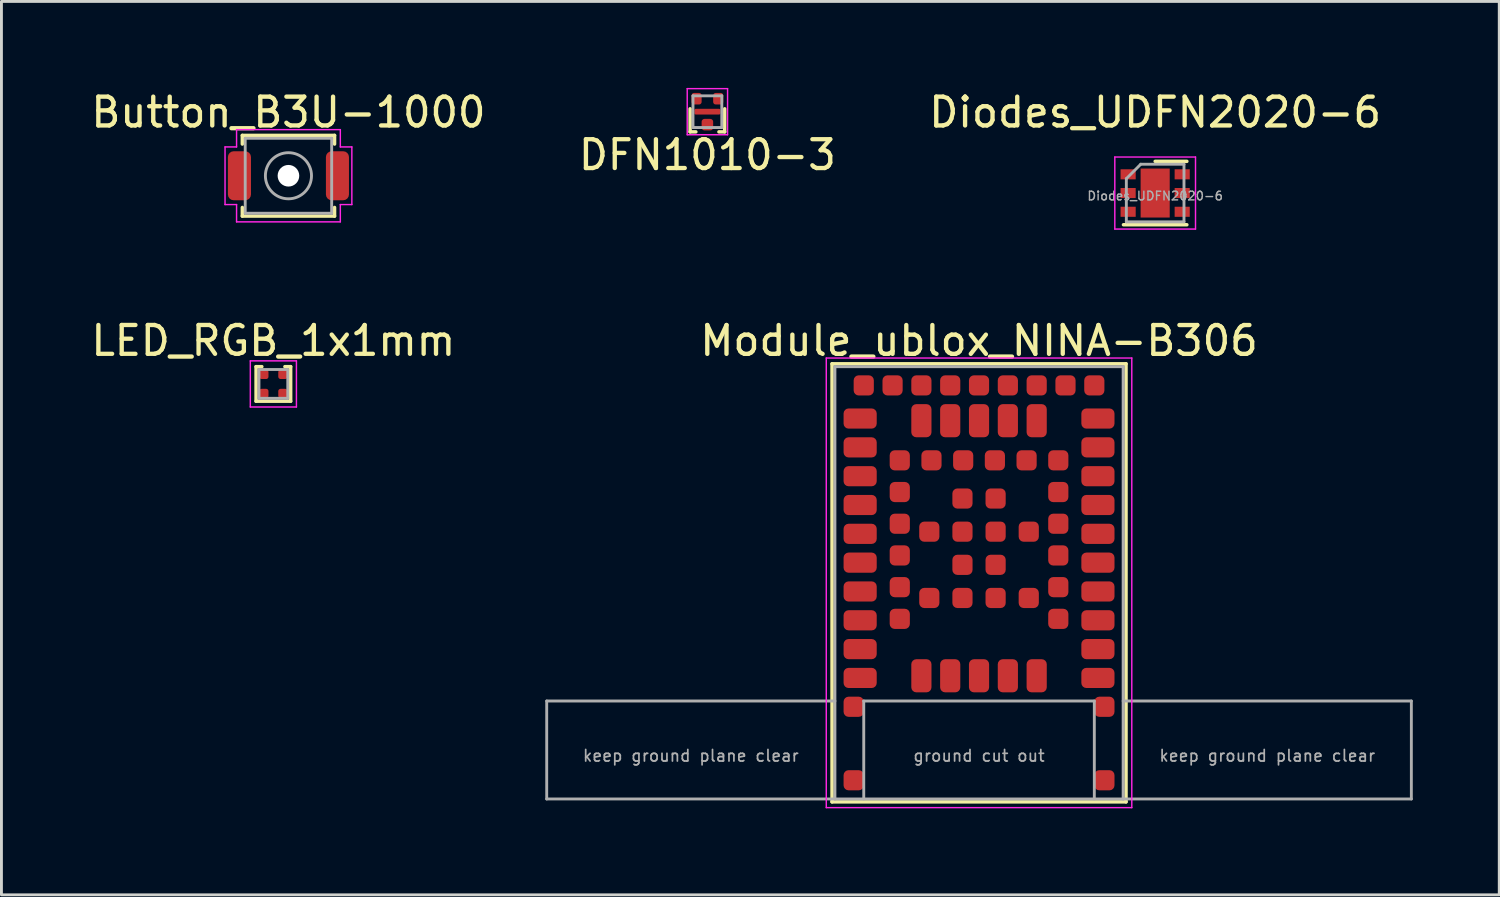
<source format=kicad_pcb>
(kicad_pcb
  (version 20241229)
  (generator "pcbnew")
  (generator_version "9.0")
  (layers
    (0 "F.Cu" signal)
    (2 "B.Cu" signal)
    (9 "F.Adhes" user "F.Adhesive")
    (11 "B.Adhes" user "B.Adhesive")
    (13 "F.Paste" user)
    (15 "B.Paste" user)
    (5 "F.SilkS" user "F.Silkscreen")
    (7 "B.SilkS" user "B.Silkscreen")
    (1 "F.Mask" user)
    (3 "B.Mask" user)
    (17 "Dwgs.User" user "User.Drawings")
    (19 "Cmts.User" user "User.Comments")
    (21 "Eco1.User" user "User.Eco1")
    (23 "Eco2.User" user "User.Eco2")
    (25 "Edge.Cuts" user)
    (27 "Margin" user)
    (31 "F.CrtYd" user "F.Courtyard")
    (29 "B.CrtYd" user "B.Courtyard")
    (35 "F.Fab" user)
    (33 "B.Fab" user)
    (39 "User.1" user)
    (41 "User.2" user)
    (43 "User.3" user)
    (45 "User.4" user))
  (footprint "DFN1010-3"
    (layer "F.Cu")
    (at 21.494 0.825)
    (property "Reference" "DFN1010-3" (at 0 1.5 0) (layer "F.SilkS") (effects (font (size 1 1) (thickness 0.15))))
    (attr through_hole)
    (fp_line (start -0.6 -0.1) (end -0.6 0.7) (stroke (width 0.12) (type solid)) (layer "F.SilkS"))
    (fp_line (start -0.6 0.7) (end -0.4 0.7) (stroke (width 0.12) (type solid)) (layer "F.SilkS"))
    (fp_line (start 0.4 0.7) (end 0.6 0.7) (stroke (width 0.12) (type solid)) (layer "F.SilkS"))
    (fp_line (start 0.6 0.7) (end 0.6 -0.1) (stroke (width 0.12) (type solid)) (layer "F.SilkS"))
    (fp_line (start -0.7 -0.8) (end -0.7 0.8) (stroke (width 0.05) (type solid)) (layer "F.CrtYd"))
    (fp_line (start -0.7 0.8) (end 0.7 0.8) (stroke (width 0.05) (type solid)) (layer "F.CrtYd"))
    (fp_line (start 0.7 -0.8) (end -0.7 -0.8) (stroke (width 0.05) (type solid)) (layer "F.CrtYd"))
    (fp_line (start 0.7 0.8) (end 0.7 -0.8) (stroke (width 0.05) (type solid)) (layer "F.CrtYd"))
    (fp_line (start -0.5 -0.55) (end 0.5 -0.55) (stroke (width 0.1) (type solid)) (layer "F.Fab"))
    (fp_line (start -0.5 0.55) (end -0.5 -0.55) (stroke (width 0.1) (type solid)) (layer "F.Fab"))
    (fp_line (start 0.5 -0.55) (end 0.5 0.55) (stroke (width 0.1) (type solid)) (layer "F.Fab"))
    (fp_line (start 0.5 0.55) (end -0.5 0.55) (stroke (width 0.1) (type solid)) (layer "F.Fab"))
    (pad "1" smd roundrect (at 0.375 -0.45) (size 0.35 0.4) (layers "F.Cu" "F.Mask" "F.Paste") (roundrect_rratio 0.25))
    (pad "2" smd roundrect (at -0.375 -0.45) (size 0.35 0.4) (layers "F.Cu" "F.Mask" "F.Paste") (roundrect_rratio 0.25))
    (pad "3" smd roundrect (at 0 0) (size 0.9 0.2) (layers "F.Cu" "F.Mask" "F.Paste") (roundrect_rratio 0.25))
    (pad "3" smd roundrect (at 0 0.45) (size 0.4 0.4) (layers "F.Cu" "F.Mask" "F.Paste") (roundrect_rratio 0.25)))
  (footprint "Module_ublox_NINA-B306"
    (layer "F.Cu")
    (at 30.919 17.172)
    (property "Reference" "Module_ublox_NINA-B306" (at 0 -8.4 0) (layer "F.SilkS") (effects (font (size 1 1) (thickness 0.15))))
    (attr through_hole)
    (fp_line (start -5.1 -7.6) (end 5.1 -7.6) (stroke (width 0.12) (type solid)) (layer "F.SilkS"))
    (fp_line (start -5.1 7.6) (end -5.1 -7.6) (stroke (width 0.12) (type solid)) (layer "F.SilkS"))
    (fp_line (start 5.1 -7.6) (end 5.1 7.6) (stroke (width 0.12) (type solid)) (layer "F.SilkS"))
    (fp_line (start 5.1 7.6) (end -5.1 7.6) (stroke (width 0.12) (type solid)) (layer "F.SilkS"))
    (fp_line (start -5.3 -7.8) (end -5.3 7.8) (stroke (width 0.05) (type solid)) (layer "F.CrtYd"))
    (fp_line (start -5.3 7.8) (end 5.3 7.8) (stroke (width 0.05) (type solid)) (layer "F.CrtYd"))
    (fp_line (start 5.3 -7.8) (end -5.3 -7.8) (stroke (width 0.05) (type solid)) (layer "F.CrtYd"))
    (fp_line (start 5.3 7.8) (end 5.3 -7.8) (stroke (width 0.05) (type solid)) (layer "F.CrtYd"))
    (fp_line (start -15 4.1) (end -15 7.5) (stroke (width 0.1) (type solid)) (layer "F.Fab"))
    (fp_line (start -15 7.5) (end -5 7.5) (stroke (width 0.1) (type solid)) (layer "F.Fab"))
    (fp_line (start -5 -7.5) (end 5 -7.5) (stroke (width 0.1) (type solid)) (layer "F.Fab"))
    (fp_line (start -5 4.1) (end -15 4.1) (stroke (width 0.1) (type solid)) (layer "F.Fab"))
    (fp_line (start -5 7.5) (end -5 -7.5) (stroke (width 0.1) (type solid)) (layer "F.Fab"))
    (fp_line (start -4 4.1) (end 4 4.1) (stroke (width 0.1) (type solid)) (layer "F.Fab"))
    (fp_line (start -4 7.5) (end -4 4.1) (stroke (width 0.1) (type solid)) (layer "F.Fab"))
    (fp_line (start 4 4.1) (end 4 7.5) (stroke (width 0.1) (type solid)) (layer "F.Fab"))
    (fp_line (start 5 -7.5) (end 5 7.5) (stroke (width 0.1) (type solid)) (layer "F.Fab"))
    (fp_line (start 5 7.5) (end -5 7.5) (stroke (width 0.1) (type solid)) (layer "F.Fab"))
    (fp_line (start 5 7.5) (end 15 7.5) (stroke (width 0.1) (type solid)) (layer "F.Fab"))
    (fp_line (start 15 4.1) (end 5 4.1) (stroke (width 0.1) (type solid)) (layer "F.Fab"))
    (fp_line (start 15 7.5) (end 15 4.1) (stroke (width 0.1) (type solid)) (layer "F.Fab"))
    (fp_text user "keep ground plane clear" (at -10 6 0) (layer "F.Fab") (effects (font (size 0.4 0.4) (thickness 0.06))))
    (fp_text user "keep ground plane clear" (at 10 6 0) (layer "F.Fab") (effects (font (size 0.4 0.4) (thickness 0.06))))
    (fp_text user "ground cut out" (at 0 6 0) (layer "F.Fab") (effects (font (size 0.4 0.4) (thickness 0.06))))
    (pad "1" smd roundrect (at -4.125 -5.7) (size 1.15 0.7) (layers "F.Cu" "F.Mask" "F.Paste") (roundrect_rratio 0.25))
    (pad "2" smd roundrect (at -4.125 -4.7) (size 1.15 0.7) (layers "F.Cu" "F.Mask" "F.Paste") (roundrect_rratio 0.25))
    (pad "3" smd roundrect (at -4.125 -3.7) (size 1.15 0.7) (layers "F.Cu" "F.Mask" "F.Paste") (roundrect_rratio 0.25))
    (pad "4" smd roundrect (at -4.125 -2.7) (size 1.15 0.7) (layers "F.Cu" "F.Mask" "F.Paste") (roundrect_rratio 0.25))
    (pad "5" smd roundrect (at -4.125 -1.7) (size 1.15 0.7) (layers "F.Cu" "F.Mask" "F.Paste") (roundrect_rratio 0.25))
    (pad "6" smd roundrect (at -4.125 -0.7) (size 1.15 0.7) (layers "F.Cu" "F.Mask" "F.Paste") (roundrect_rratio 0.25))
    (pad "7" smd roundrect (at -4.125 0.3) (size 1.15 0.7) (layers "F.Cu" "F.Mask" "F.Paste") (roundrect_rratio 0.25))
    (pad "8" smd roundrect (at -4.125 1.3) (size 1.15 0.7) (layers "F.Cu" "F.Mask" "F.Paste") (roundrect_rratio 0.25))
    (pad "9" smd roundrect (at -4.125 2.3) (size 1.15 0.7) (layers "F.Cu" "F.Mask" "F.Paste") (roundrect_rratio 0.25))
    (pad "10" smd roundrect (at -4.125 3.3) (size 1.15 0.7) (layers "F.Cu" "F.Mask" "F.Paste") (roundrect_rratio 0.25))
    (pad "11" smd roundrect (at -2 3.225 90) (size 1.15 0.7) (layers "F.Cu" "F.Mask" "F.Paste") (roundrect_rratio 0.25))
    (pad "12" smd roundrect (at -1 3.225 90) (size 1.15 0.7) (layers "F.Cu" "F.Mask" "F.Paste") (roundrect_rratio 0.25))
    (pad "13" smd roundrect (at 0 3.225 90) (size 1.15 0.7) (layers "F.Cu" "F.Mask" "F.Paste") (roundrect_rratio 0.25))
    (pad "14" smd roundrect (at 1 3.225 90) (size 1.15 0.7) (layers "F.Cu" "F.Mask" "F.Paste") (roundrect_rratio 0.25))
    (pad "15" smd roundrect (at 2 3.225 90) (size 1.15 0.7) (layers "F.Cu" "F.Mask" "F.Paste") (roundrect_rratio 0.25))
    (pad "16" smd roundrect (at 4.125 3.3) (size 1.15 0.7) (layers "F.Cu" "F.Mask" "F.Paste") (roundrect_rratio 0.25))
    (pad "17" smd roundrect (at 4.125 2.3) (size 1.15 0.7) (layers "F.Cu" "F.Mask" "F.Paste") (roundrect_rratio 0.25))
    (pad "18" smd roundrect (at 4.125 1.3) (size 1.15 0.7) (layers "F.Cu" "F.Mask" "F.Paste") (roundrect_rratio 0.25))
    (pad "19" smd roundrect (at 4.125 0.3) (size 1.15 0.7) (layers "F.Cu" "F.Mask" "F.Paste") (roundrect_rratio 0.25))
    (pad "20" smd roundrect (at 4.125 -0.7) (size 1.15 0.7) (layers "F.Cu" "F.Mask" "F.Paste") (roundrect_rratio 0.25))
    (pad "21" smd roundrect (at 4.125 -1.7) (size 1.15 0.7) (layers "F.Cu" "F.Mask" "F.Paste") (roundrect_rratio 0.25))
    (pad "22" smd roundrect (at 4.125 -2.7) (size 1.15 0.7) (layers "F.Cu" "F.Mask" "F.Paste") (roundrect_rratio 0.25))
    (pad "23" smd roundrect (at 4.125 -3.7) (size 1.15 0.7) (layers "F.Cu" "F.Mask" "F.Paste") (roundrect_rratio 0.25))
    (pad "24" smd roundrect (at 4.125 -4.7) (size 1.15 0.7) (layers "F.Cu" "F.Mask" "F.Paste") (roundrect_rratio 0.25))
    (pad "25" smd roundrect (at 4.125 -5.7) (size 1.15 0.7) (layers "F.Cu" "F.Mask" "F.Paste") (roundrect_rratio 0.25))
    (pad "26" smd roundrect (at 2 -5.625 90) (size 1.15 0.7) (layers "F.Cu" "F.Mask" "F.Paste") (roundrect_rratio 0.25))
    (pad "27" smd roundrect (at 1 -5.625 90) (size 1.15 0.7) (layers "F.Cu" "F.Mask" "F.Paste") (roundrect_rratio 0.25))
    (pad "28" smd roundrect (at 0 -5.625 90) (size 1.15 0.7) (layers "F.Cu" "F.Mask" "F.Paste") (roundrect_rratio 0.25))
    (pad "29" smd roundrect (at -1 -5.625 90) (size 1.15 0.7) (layers "F.Cu" "F.Mask" "F.Paste") (roundrect_rratio 0.25))
    (pad "30" smd roundrect (at -2 -5.625 90) (size 1.15 0.7) (layers "F.Cu" "F.Mask" "F.Paste") (roundrect_rratio 0.25))
    (pad "31" smd roundrect (at -2.75 -4.25) (size 0.7 0.7) (layers "F.Cu" "F.Mask" "F.Paste") (roundrect_rratio 0.25))
    (pad "32" smd roundrect (at -2.75 -3.15) (size 0.7 0.7) (layers "F.Cu" "F.Mask" "F.Paste") (roundrect_rratio 0.25))
    (pad "33" smd roundrect (at -2.75 -2.05) (size 0.7 0.7) (layers "F.Cu" "F.Mask" "F.Paste") (roundrect_rratio 0.25))
    (pad "34" smd roundrect (at -2.75 -0.95) (size 0.7 0.7) (layers "F.Cu" "F.Mask" "F.Paste") (roundrect_rratio 0.25))
    (pad "35" smd roundrect (at -2.75 0.15) (size 0.7 0.7) (layers "F.Cu" "F.Mask" "F.Paste") (roundrect_rratio 0.25))
    (pad "36" smd roundrect (at -2.75 1.25) (size 0.7 0.7) (layers "F.Cu" "F.Mask" "F.Paste") (roundrect_rratio 0.25))
    (pad "37" smd roundrect (at 2.75 1.25) (size 0.7 0.7) (layers "F.Cu" "F.Mask" "F.Paste") (roundrect_rratio 0.25))
    (pad "38" smd roundrect (at 2.75 0.15) (size 0.7 0.7) (layers "F.Cu" "F.Mask" "F.Paste") (roundrect_rratio 0.25))
    (pad "39" smd roundrect (at 2.75 -0.95) (size 0.7 0.7) (layers "F.Cu" "F.Mask" "F.Paste") (roundrect_rratio 0.25))
    (pad "40" smd roundrect (at 2.75 -2.05) (size 0.7 0.7) (layers "F.Cu" "F.Mask" "F.Paste") (roundrect_rratio 0.25))
    (pad "41" smd roundrect (at 2.75 -3.15) (size 0.7 0.7) (layers "F.Cu" "F.Mask" "F.Paste") (roundrect_rratio 0.25))
    (pad "42" smd roundrect (at 2.75 -4.25) (size 0.7 0.7) (layers "F.Cu" "F.Mask" "F.Paste") (roundrect_rratio 0.25))
    (pad "43" smd roundrect (at 1.65 -4.25) (size 0.7 0.7) (layers "F.Cu" "F.Mask" "F.Paste") (roundrect_rratio 0.25))
    (pad "44" smd roundrect (at 0.55 -4.25) (size 0.7 0.7) (layers "F.Cu" "F.Mask" "F.Paste") (roundrect_rratio 0.25))
    (pad "45" smd roundrect (at -0.55 -4.25) (size 0.7 0.7) (layers "F.Cu" "F.Mask" "F.Paste") (roundrect_rratio 0.25))
    (pad "46" smd roundrect (at -1.65 -4.25) (size 0.7 0.7) (layers "F.Cu" "F.Mask" "F.Paste") (roundrect_rratio 0.25))
    (pad "47" smd roundrect (at 4 -6.85) (size 0.7 0.7) (layers "F.Cu" "F.Mask" "F.Paste") (roundrect_rratio 0.25))
    (pad "48" smd roundrect (at 3 -6.85) (size 0.7 0.7) (layers "F.Cu" "F.Mask" "F.Paste") (roundrect_rratio 0.25))
    (pad "49" smd roundrect (at 2 -6.85) (size 0.7 0.7) (layers "F.Cu" "F.Mask" "F.Paste") (roundrect_rratio 0.25))
    (pad "50" smd roundrect (at 1 -6.85) (size 0.7 0.7) (layers "F.Cu" "F.Mask" "F.Paste") (roundrect_rratio 0.25))
    (pad "51" smd roundrect (at 0 -6.85) (size 0.7 0.7) (layers "F.Cu" "F.Mask" "F.Paste") (roundrect_rratio 0.25))
    (pad "52" smd roundrect (at -1 -6.85) (size 0.7 0.7) (layers "F.Cu" "F.Mask" "F.Paste") (roundrect_rratio 0.25))
    (pad "53" smd roundrect (at -2 -6.85) (size 0.7 0.7) (layers "F.Cu" "F.Mask" "F.Paste") (roundrect_rratio 0.25))
    (pad "54" smd roundrect (at -3 -6.85) (size 0.7 0.7) (layers "F.Cu" "F.Mask" "F.Paste") (roundrect_rratio 0.25))
    (pad "55" smd roundrect (at -4 -6.85) (size 0.7 0.7) (layers "F.Cu" "F.Mask" "F.Paste") (roundrect_rratio 0.25))
    (pad "EAGP" smd roundrect (at -4.35 4.3) (size 0.7 0.7) (layers "F.Cu" "F.Mask" "F.Paste") (roundrect_rratio 0.25))
    (pad "EAGP" smd roundrect (at -4.35 6.85) (size 0.7 0.7) (layers "F.Cu" "F.Mask" "F.Paste") (roundrect_rratio 0.25))
    (pad "EAGP" smd roundrect (at 4.35 4.3) (size 0.7 0.7) (layers "F.Cu" "F.Mask" "F.Paste") (roundrect_rratio 0.25))
    (pad "EAGP" smd roundrect (at 4.35 6.85) (size 0.7 0.7) (layers "F.Cu" "F.Mask" "F.Paste") (roundrect_rratio 0.25))
    (pad "EGP" smd roundrect (at -1.725 -1.775) (size 0.7 0.7) (layers "F.Cu" "F.Mask" "F.Paste") (roundrect_rratio 0.25))
    (pad "EGP" smd roundrect (at -1.725 0.525) (size 0.7 0.7) (layers "F.Cu" "F.Mask" "F.Paste") (roundrect_rratio 0.25))
    (pad "EGP" smd roundrect (at -0.575 -2.925) (size 0.7 0.7) (layers "F.Cu" "F.Mask" "F.Paste") (roundrect_rratio 0.25))
    (pad "EGP" smd roundrect (at -0.575 -1.775) (size 0.7 0.7) (layers "F.Cu" "F.Mask" "F.Paste") (roundrect_rratio 0.25))
    (pad "EGP" smd roundrect (at -0.575 -0.625) (size 0.7 0.7) (layers "F.Cu" "F.Mask" "F.Paste") (roundrect_rratio 0.25))
    (pad "EGP" smd roundrect (at -0.575 0.525) (size 0.7 0.7) (layers "F.Cu" "F.Mask" "F.Paste") (roundrect_rratio 0.25))
    (pad "EGP" smd roundrect (at 0.575 -2.925) (size 0.7 0.7) (layers "F.Cu" "F.Mask" "F.Paste") (roundrect_rratio 0.25))
    (pad "EGP" smd roundrect (at 0.575 -1.775) (size 0.7 0.7) (layers "F.Cu" "F.Mask" "F.Paste") (roundrect_rratio 0.25))
    (pad "EGP" smd roundrect (at 0.575 -0.625) (size 0.7 0.7) (layers "F.Cu" "F.Mask" "F.Paste") (roundrect_rratio 0.25))
    (pad "EGP" smd roundrect (at 0.575 0.525) (size 0.7 0.7) (layers "F.Cu" "F.Mask" "F.Paste") (roundrect_rratio 0.25))
    (pad "EGP" smd roundrect (at 1.725 -1.775) (size 0.7 0.7) (layers "F.Cu" "F.Mask" "F.Paste") (roundrect_rratio 0.25))
    (pad "EGP" smd roundrect (at 1.725 0.525) (size 0.7 0.7) (layers "F.Cu" "F.Mask" "F.Paste") (roundrect_rratio 0.25)))
  (footprint "Diodes_UDFN2020-6"
    (layer "F.Cu")
    (at 37.03 3.648)
    (property "Reference" "Diodes_UDFN2020-6" (at 0 -2.8 0) (layer "F.SilkS") (effects (font (size 1 1) (thickness 0.15))))
    (attr smd)
    (fp_line (start 1.1 -1.1) (end 0 -1.1) (stroke (width 0.12) (type solid)) (layer "F.SilkS"))
    (fp_line (start 1.1 1.1) (end -1.1 1.1) (stroke (width 0.12) (type solid)) (layer "F.SilkS"))
    (fp_line (start -1.4 -1.25) (end -1.4 1.25) (stroke (width 0.05) (type solid)) (layer "F.CrtYd"))
    (fp_line (start -1.4 1.25) (end 1.4 1.25) (stroke (width 0.05) (type solid)) (layer "F.CrtYd"))
    (fp_line (start 1.4 -1.25) (end -1.4 -1.25) (stroke (width 0.05) (type solid)) (layer "F.CrtYd"))
    (fp_line (start 1.4 1.25) (end 1.4 -1.25) (stroke (width 0.05) (type solid)) (layer "F.CrtYd"))
    (fp_line (start -1 1) (end -1 -0.5) (stroke (width 0.1) (type solid)) (layer "F.Fab"))
    (fp_line (start -0.5 -1) (end -1 -0.5) (stroke (width 0.1) (type solid)) (layer "F.Fab"))
    (fp_line (start -0.5 -1) (end 1 -1) (stroke (width 0.1) (type solid)) (layer "F.Fab"))
    (fp_line (start 1 -1) (end 1 1) (stroke (width 0.1) (type solid)) (layer "F.Fab"))
    (fp_line (start 1 1) (end -1 1) (stroke (width 0.1) (type solid)) (layer "F.Fab"))
    (fp_text user "${REFERENCE}" (at 0 0.1 0) (layer "F.Fab") (effects (font (size 0.3 0.3) (thickness 0.05))))
    (pad "1" smd rect (at -0.938 -0.65) (size 0.525 0.35) (layers "F.Cu" "F.Mask" "F.Paste"))
    (pad "2" smd rect (at -0.938 0) (size 0.525 0.35) (layers "F.Cu" "F.Mask" "F.Paste"))
    (pad "3" smd rect (at -0.938 0.65) (size 0.525 0.35) (layers "F.Cu" "F.Mask" "F.Paste"))
    (pad "4" smd rect (at 0.938 0.65) (size 0.525 0.35) (layers "F.Cu" "F.Mask" "F.Paste"))
    (pad "5" smd rect (at 0.938 0) (size 0.525 0.35) (layers "F.Cu" "F.Mask" "F.Paste"))
    (pad "6" smd rect (at 0.938 -0.65) (size 0.525 0.35) (layers "F.Cu" "F.Mask" "F.Paste"))
    (pad "7" smd rect (at 0 0) (size 1.01 1.7) (layers "F.Cu" "F.Mask" "F.Paste")))
  (footprint "LED_RGB_1x1mm"
    (layer "F.Cu")
    (at 6.435 10.271)
    (property "Reference" "LED_RGB_1x1mm" (at 0 -1.5 0) (layer "F.SilkS") (effects (font (size 1 1) (thickness 0.15))))
    (attr through_hole)
    (fp_line (start -0.6 -0.6) (end -0.6 0.6) (stroke (width 0.12) (type solid)) (layer "F.SilkS"))
    (fp_line (start -0.6 0.6) (end 0.6 0.6) (stroke (width 0.12) (type solid)) (layer "F.SilkS"))
    (fp_line (start -0.4 -0.6) (end -0.6 -0.6) (stroke (width 0.12) (type solid)) (layer "F.SilkS"))
    (fp_line (start 0.6 -0.6) (end 0.4 -0.6) (stroke (width 0.12) (type solid)) (layer "F.SilkS"))
    (fp_line (start 0.6 0.6) (end 0.6 -0.6) (stroke (width 0.12) (type solid)) (layer "F.SilkS"))
    (fp_line (start -0.8 -0.8) (end -0.8 0.8) (stroke (width 0.05) (type solid)) (layer "F.CrtYd"))
    (fp_line (start -0.8 0.8) (end 0.8 0.8) (stroke (width 0.05) (type solid)) (layer "F.CrtYd"))
    (fp_line (start 0.8 -0.8) (end -0.8 -0.8) (stroke (width 0.05) (type solid)) (layer "F.CrtYd"))
    (fp_line (start 0.8 0.8) (end 0.8 -0.8) (stroke (width 0.05) (type solid)) (layer "F.CrtYd"))
    (fp_line (start -0.5 -0.5) (end 0.5 -0.5) (stroke (width 0.1) (type solid)) (layer "F.Fab"))
    (fp_line (start -0.5 0.5) (end -0.5 -0.5) (stroke (width 0.1) (type solid)) (layer "F.Fab"))
    (fp_line (start 0.5 -0.5) (end 0.5 0.5) (stroke (width 0.1) (type solid)) (layer "F.Fab"))
    (fp_line (start 0.5 0.5) (end -0.5 0.5) (stroke (width 0.1) (type solid)) (layer "F.Fab"))
    (pad "1" smd roundrect (at -0.33 -0.33) (size 0.32 0.32) (layers "F.Cu" "F.Mask" "F.Paste") (roundrect_rratio 0.25))
    (pad "2" smd roundrect (at -0.33 0.33) (size 0.32 0.32) (layers "F.Cu" "F.Mask" "F.Paste") (roundrect_rratio 0.25))
    (pad "3" smd roundrect (at 0.33 0.33) (size 0.32 0.32) (layers "F.Cu" "F.Mask" "F.Paste") (roundrect_rratio 0.25))
    (pad "4" smd roundrect (at 0.33 -0.33) (size 0.32 0.32) (layers "F.Cu" "F.Mask" "F.Paste") (roundrect_rratio 0.25)))
  (footprint "Button_B3U-1000"
    (layer "F.Cu")
    (at 6.958 3.048)
    (property "Reference" "Button_B3U-1000" (at 0 -2.2 0) (layer "F.SilkS") (effects (font (size 1 1) (thickness 0.15))))
    (attr through_hole)
    (fp_line (start -1.6 -1.4) (end 1.6 -1.4) (stroke (width 0.12) (type solid)) (layer "F.SilkS"))
    (fp_line (start -1.6 -1.1) (end -1.6 -1.4) (stroke (width 0.12) (type solid)) (layer "F.SilkS"))
    (fp_line (start -1.6 1.4) (end -1.6 1.1) (stroke (width 0.12) (type solid)) (layer "F.SilkS"))
    (fp_line (start 1.6 -1.4) (end 1.6 -1.1) (stroke (width 0.12) (type solid)) (layer "F.SilkS"))
    (fp_line (start 1.6 1.1) (end 1.6 1.4) (stroke (width 0.12) (type solid)) (layer "F.SilkS"))
    (fp_line (start 1.6 1.4) (end -1.6 1.4) (stroke (width 0.12) (type solid)) (layer "F.SilkS"))
    (fp_line (start -2.2 -1) (end -1.8 -1) (stroke (width 0.05) (type solid)) (layer "F.CrtYd"))
    (fp_line (start -2.2 1) (end -2.2 -1) (stroke (width 0.05) (type solid)) (layer "F.CrtYd"))
    (fp_line (start -1.8 -1.6) (end 1.8 -1.6) (stroke (width 0.05) (type solid)) (layer "F.CrtYd"))
    (fp_line (start -1.8 -1) (end -1.8 -1.6) (stroke (width 0.05) (type solid)) (layer "F.CrtYd"))
    (fp_line (start -1.8 1) (end -2.2 1) (stroke (width 0.05) (type solid)) (layer "F.CrtYd"))
    (fp_line (start -1.8 1.6) (end -1.8 1) (stroke (width 0.05) (type solid)) (layer "F.CrtYd"))
    (fp_line (start 1.8 -1.6) (end 1.8 -1) (stroke (width 0.05) (type solid)) (layer "F.CrtYd"))
    (fp_line (start 1.8 -1) (end 2.2 -1) (stroke (width 0.05) (type solid)) (layer "F.CrtYd"))
    (fp_line (start 1.8 1) (end 1.8 1.6) (stroke (width 0.05) (type solid)) (layer "F.CrtYd"))
    (fp_line (start 1.8 1.6) (end -1.8 1.6) (stroke (width 0.05) (type solid)) (layer "F.CrtYd"))
    (fp_line (start 2.2 -1) (end 2.2 1) (stroke (width 0.05) (type solid)) (layer "F.CrtYd"))
    (fp_line (start 2.2 1) (end 1.8 1) (stroke (width 0.05) (type solid)) (layer "F.CrtYd"))
    (fp_line (start -1.5 -1.3) (end 1.5 -1.3) (stroke (width 0.1) (type solid)) (layer "F.Fab"))
    (fp_line (start -1.5 1.3) (end -1.5 -1.3) (stroke (width 0.1) (type solid)) (layer "F.Fab"))
    (fp_line (start 1.5 -1.3) (end 1.5 1.3) (stroke (width 0.1) (type solid)) (layer "F.Fab"))
    (fp_line (start 1.5 1.3) (end -1.5 1.3) (stroke (width 0.1) (type solid)) (layer "F.Fab"))
    (fp_circle (center 0 0) (end 0.8 0) (stroke (width 0.1) (type solid)) (fill no) (layer "F.Fab"))
    (pad "" np_thru_hole circle (at 0 0 180) (size 0.75 0.75) (drill 0.75) (layers "*.Cu" "*.Mask"))
    (pad "1" smd roundrect (at -1.7 0) (size 0.8 1.7) (layers "F.Cu" "F.Mask" "F.Paste") (roundrect_rratio 0.25))
    (pad "2" smd roundrect (at 1.7 0 180) (size 0.8 1.7) (layers "F.Cu" "F.Mask" "F.Paste") (roundrect_rratio 0.25)))
  (gr_rect
    (start -3 -3)
    (end 48.969 27.997)
    (stroke (width 0.1) (type default))
    (fill no)
    (layer "Edge.Cuts")))
</source>
